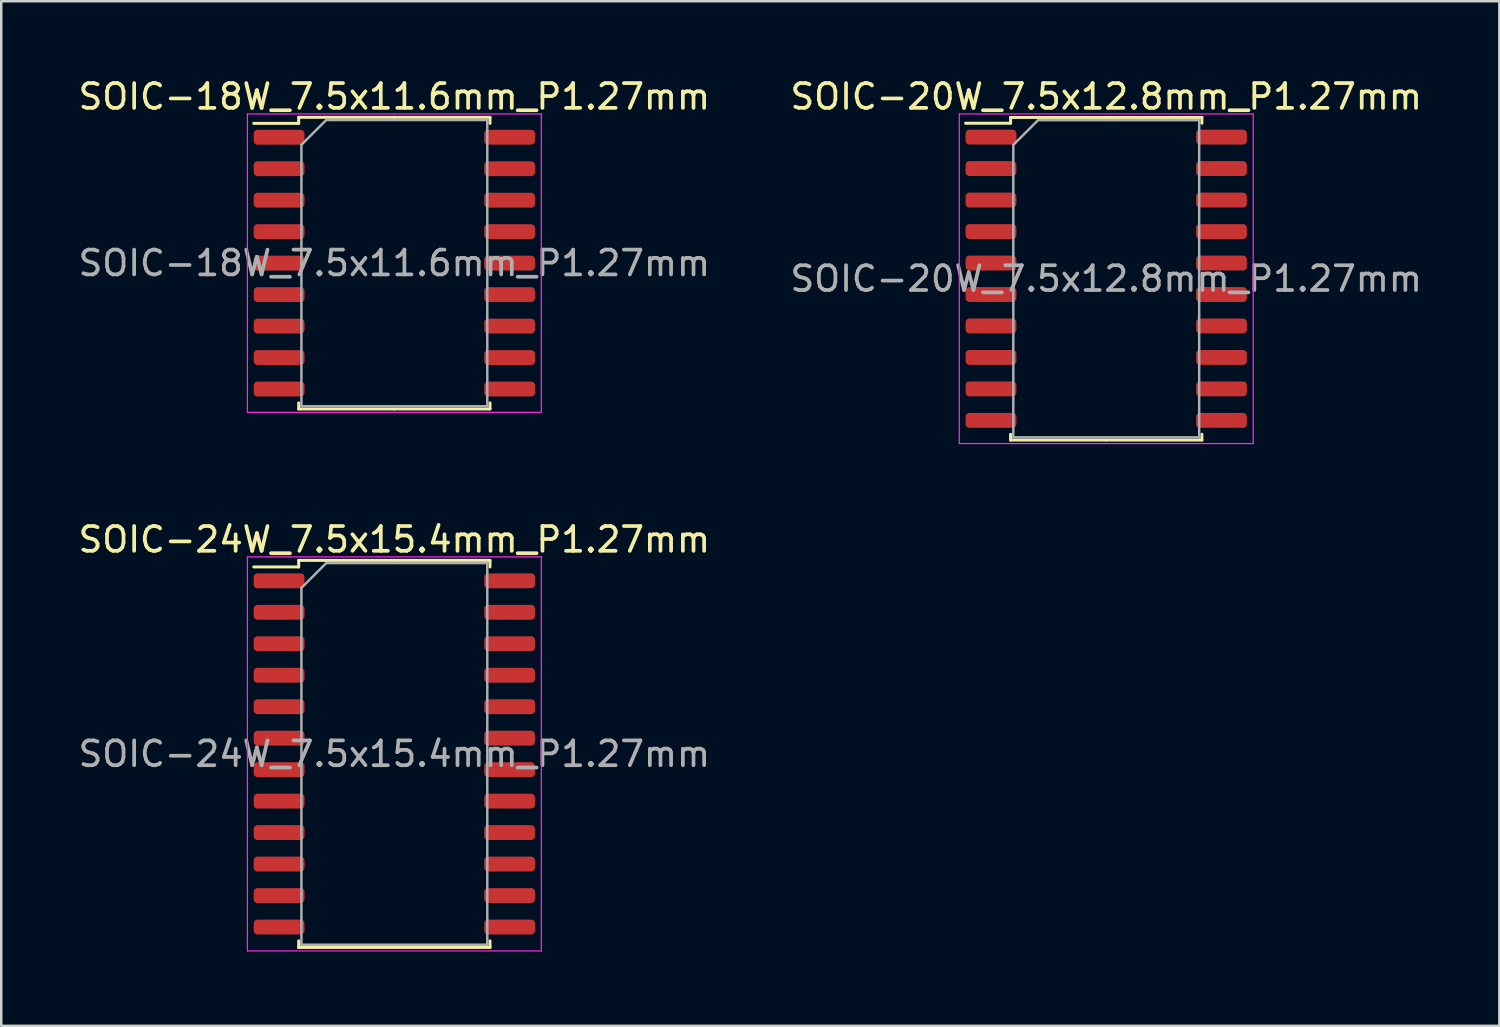
<source format=kicad_pcb>
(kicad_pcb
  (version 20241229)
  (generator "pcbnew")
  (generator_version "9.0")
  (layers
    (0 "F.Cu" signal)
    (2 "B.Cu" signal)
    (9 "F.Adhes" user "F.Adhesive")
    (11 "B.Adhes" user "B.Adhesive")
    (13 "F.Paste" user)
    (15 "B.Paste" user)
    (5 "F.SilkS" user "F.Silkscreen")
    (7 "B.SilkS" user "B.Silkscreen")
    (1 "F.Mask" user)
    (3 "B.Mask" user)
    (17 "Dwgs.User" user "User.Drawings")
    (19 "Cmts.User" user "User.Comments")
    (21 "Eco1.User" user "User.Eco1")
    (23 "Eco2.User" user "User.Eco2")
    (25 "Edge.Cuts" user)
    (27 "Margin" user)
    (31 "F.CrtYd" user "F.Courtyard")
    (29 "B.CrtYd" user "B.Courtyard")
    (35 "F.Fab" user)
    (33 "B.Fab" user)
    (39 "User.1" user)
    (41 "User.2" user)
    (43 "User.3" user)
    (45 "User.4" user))
  (footprint "SOIC-20W_7.5x12.8mm_P1.27mm"
    (layer "F.Cu")
    (at 41.589 8.198)
    (property "Reference" "SOIC-20W_7.5x12.8mm_P1.27mm" (at 0 -7.35 0) (layer "F.SilkS") (effects (font (size 1 1) (thickness 0.15))))
    (attr smd)
    (fp_line (start -3.86 -6.51) (end -3.86 -6.275) (stroke (width 0.12) (type solid)) (layer "F.SilkS"))
    (fp_line (start -3.86 -6.275) (end -5.675 -6.275) (stroke (width 0.12) (type solid)) (layer "F.SilkS"))
    (fp_line (start -3.86 6.51) (end -3.86 6.275) (stroke (width 0.12) (type solid)) (layer "F.SilkS"))
    (fp_line (start 0 -6.51) (end -3.86 -6.51) (stroke (width 0.12) (type solid)) (layer "F.SilkS"))
    (fp_line (start 0 -6.51) (end 3.86 -6.51) (stroke (width 0.12) (type solid)) (layer "F.SilkS"))
    (fp_line (start 0 6.51) (end -3.86 6.51) (stroke (width 0.12) (type solid)) (layer "F.SilkS"))
    (fp_line (start 0 6.51) (end 3.86 6.51) (stroke (width 0.12) (type solid)) (layer "F.SilkS"))
    (fp_line (start 3.86 -6.51) (end 3.86 -6.275) (stroke (width 0.12) (type solid)) (layer "F.SilkS"))
    (fp_line (start 3.86 6.51) (end 3.86 6.275) (stroke (width 0.12) (type solid)) (layer "F.SilkS"))
    (fp_line (start -5.93 -6.65) (end -5.93 6.65) (stroke (width 0.05) (type solid)) (layer "F.CrtYd"))
    (fp_line (start -5.93 6.65) (end 5.93 6.65) (stroke (width 0.05) (type solid)) (layer "F.CrtYd"))
    (fp_line (start 5.93 -6.65) (end -5.93 -6.65) (stroke (width 0.05) (type solid)) (layer "F.CrtYd"))
    (fp_line (start 5.93 6.65) (end 5.93 -6.65) (stroke (width 0.05) (type solid)) (layer "F.CrtYd"))
    (fp_line (start -3.75 -5.4) (end -2.75 -6.4) (stroke (width 0.1) (type solid)) (layer "F.Fab"))
    (fp_line (start -3.75 6.4) (end -3.75 -5.4) (stroke (width 0.1) (type solid)) (layer "F.Fab"))
    (fp_line (start -2.75 -6.4) (end 3.75 -6.4) (stroke (width 0.1) (type solid)) (layer "F.Fab"))
    (fp_line (start 3.75 -6.4) (end 3.75 6.4) (stroke (width 0.1) (type solid)) (layer "F.Fab"))
    (fp_line (start 3.75 6.4) (end -3.75 6.4) (stroke (width 0.1) (type solid)) (layer "F.Fab"))
    (fp_text user "${REFERENCE}" (at 0 0 0) (layer "F.Fab") (effects (font (size 1 1) (thickness 0.15))))
    (pad "1" smd roundrect (at -4.65 -5.715) (size 2.05 0.6) (layers "F.Cu" "F.Mask" "F.Paste") (roundrect_rratio 0.25))
    (pad "2" smd roundrect (at -4.65 -4.445) (size 2.05 0.6) (layers "F.Cu" "F.Mask" "F.Paste") (roundrect_rratio 0.25))
    (pad "3" smd roundrect (at -4.65 -3.175) (size 2.05 0.6) (layers "F.Cu" "F.Mask" "F.Paste") (roundrect_rratio 0.25))
    (pad "4" smd roundrect (at -4.65 -1.905) (size 2.05 0.6) (layers "F.Cu" "F.Mask" "F.Paste") (roundrect_rratio 0.25))
    (pad "5" smd roundrect (at -4.65 -0.635) (size 2.05 0.6) (layers "F.Cu" "F.Mask" "F.Paste") (roundrect_rratio 0.25))
    (pad "6" smd roundrect (at -4.65 0.635) (size 2.05 0.6) (layers "F.Cu" "F.Mask" "F.Paste") (roundrect_rratio 0.25))
    (pad "7" smd roundrect (at -4.65 1.905) (size 2.05 0.6) (layers "F.Cu" "F.Mask" "F.Paste") (roundrect_rratio 0.25))
    (pad "8" smd roundrect (at -4.65 3.175) (size 2.05 0.6) (layers "F.Cu" "F.Mask" "F.Paste") (roundrect_rratio 0.25))
    (pad "9" smd roundrect (at -4.65 4.445) (size 2.05 0.6) (layers "F.Cu" "F.Mask" "F.Paste") (roundrect_rratio 0.25))
    (pad "10" smd roundrect (at -4.65 5.715) (size 2.05 0.6) (layers "F.Cu" "F.Mask" "F.Paste") (roundrect_rratio 0.25))
    (pad "11" smd roundrect (at 4.65 5.715) (size 2.05 0.6) (layers "F.Cu" "F.Mask" "F.Paste") (roundrect_rratio 0.25))
    (pad "12" smd roundrect (at 4.65 4.445) (size 2.05 0.6) (layers "F.Cu" "F.Mask" "F.Paste") (roundrect_rratio 0.25))
    (pad "13" smd roundrect (at 4.65 3.175) (size 2.05 0.6) (layers "F.Cu" "F.Mask" "F.Paste") (roundrect_rratio 0.25))
    (pad "14" smd roundrect (at 4.65 1.905) (size 2.05 0.6) (layers "F.Cu" "F.Mask" "F.Paste") (roundrect_rratio 0.25))
    (pad "15" smd roundrect (at 4.65 0.635) (size 2.05 0.6) (layers "F.Cu" "F.Mask" "F.Paste") (roundrect_rratio 0.25))
    (pad "16" smd roundrect (at 4.65 -0.635) (size 2.05 0.6) (layers "F.Cu" "F.Mask" "F.Paste") (roundrect_rratio 0.25))
    (pad "17" smd roundrect (at 4.65 -1.905) (size 2.05 0.6) (layers "F.Cu" "F.Mask" "F.Paste") (roundrect_rratio 0.25))
    (pad "18" smd roundrect (at 4.65 -3.175) (size 2.05 0.6) (layers "F.Cu" "F.Mask" "F.Paste") (roundrect_rratio 0.25))
    (pad "19" smd roundrect (at 4.65 -4.445) (size 2.05 0.6) (layers "F.Cu" "F.Mask" "F.Paste") (roundrect_rratio 0.25))
    (pad "20" smd roundrect (at 4.65 -5.715) (size 2.05 0.6) (layers "F.Cu" "F.Mask" "F.Paste") (roundrect_rratio 0.25)))
  (footprint "SOIC-24W_7.5x15.4mm_P1.27mm"
    (layer "F.Cu")
    (at 12.863 27.372)
    (property "Reference" "SOIC-24W_7.5x15.4mm_P1.27mm" (at 0 -8.65 0) (layer "F.SilkS") (effects (font (size 1 1) (thickness 0.15))))
    (attr smd)
    (fp_line (start -3.86 -7.81) (end -3.86 -7.545) (stroke (width 0.12) (type solid)) (layer "F.SilkS"))
    (fp_line (start -3.86 -7.545) (end -5.675 -7.545) (stroke (width 0.12) (type solid)) (layer "F.SilkS"))
    (fp_line (start -3.86 7.81) (end -3.86 7.545) (stroke (width 0.12) (type solid)) (layer "F.SilkS"))
    (fp_line (start 0 -7.81) (end -3.86 -7.81) (stroke (width 0.12) (type solid)) (layer "F.SilkS"))
    (fp_line (start 0 -7.81) (end 3.86 -7.81) (stroke (width 0.12) (type solid)) (layer "F.SilkS"))
    (fp_line (start 0 7.81) (end -3.86 7.81) (stroke (width 0.12) (type solid)) (layer "F.SilkS"))
    (fp_line (start 0 7.81) (end 3.86 7.81) (stroke (width 0.12) (type solid)) (layer "F.SilkS"))
    (fp_line (start 3.86 -7.81) (end 3.86 -7.545) (stroke (width 0.12) (type solid)) (layer "F.SilkS"))
    (fp_line (start 3.86 7.81) (end 3.86 7.545) (stroke (width 0.12) (type solid)) (layer "F.SilkS"))
    (fp_line (start -5.93 -7.95) (end -5.93 7.95) (stroke (width 0.05) (type solid)) (layer "F.CrtYd"))
    (fp_line (start -5.93 7.95) (end 5.93 7.95) (stroke (width 0.05) (type solid)) (layer "F.CrtYd"))
    (fp_line (start 5.93 -7.95) (end -5.93 -7.95) (stroke (width 0.05) (type solid)) (layer "F.CrtYd"))
    (fp_line (start 5.93 7.95) (end 5.93 -7.95) (stroke (width 0.05) (type solid)) (layer "F.CrtYd"))
    (fp_line (start -3.75 -6.7) (end -2.75 -7.7) (stroke (width 0.1) (type solid)) (layer "F.Fab"))
    (fp_line (start -3.75 7.7) (end -3.75 -6.7) (stroke (width 0.1) (type solid)) (layer "F.Fab"))
    (fp_line (start -2.75 -7.7) (end 3.75 -7.7) (stroke (width 0.1) (type solid)) (layer "F.Fab"))
    (fp_line (start 3.75 -7.7) (end 3.75 7.7) (stroke (width 0.1) (type solid)) (layer "F.Fab"))
    (fp_line (start 3.75 7.7) (end -3.75 7.7) (stroke (width 0.1) (type solid)) (layer "F.Fab"))
    (fp_text user "${REFERENCE}" (at 0 0 0) (layer "F.Fab") (effects (font (size 1 1) (thickness 0.15))))
    (pad "1" smd roundrect (at -4.65 -6.985) (size 2.05 0.6) (layers "F.Cu" "F.Mask" "F.Paste") (roundrect_rratio 0.25))
    (pad "2" smd roundrect (at -4.65 -5.715) (size 2.05 0.6) (layers "F.Cu" "F.Mask" "F.Paste") (roundrect_rratio 0.25))
    (pad "3" smd roundrect (at -4.65 -4.445) (size 2.05 0.6) (layers "F.Cu" "F.Mask" "F.Paste") (roundrect_rratio 0.25))
    (pad "4" smd roundrect (at -4.65 -3.175) (size 2.05 0.6) (layers "F.Cu" "F.Mask" "F.Paste") (roundrect_rratio 0.25))
    (pad "5" smd roundrect (at -4.65 -1.905) (size 2.05 0.6) (layers "F.Cu" "F.Mask" "F.Paste") (roundrect_rratio 0.25))
    (pad "6" smd roundrect (at -4.65 -0.635) (size 2.05 0.6) (layers "F.Cu" "F.Mask" "F.Paste") (roundrect_rratio 0.25))
    (pad "7" smd roundrect (at -4.65 0.635) (size 2.05 0.6) (layers "F.Cu" "F.Mask" "F.Paste") (roundrect_rratio 0.25))
    (pad "8" smd roundrect (at -4.65 1.905) (size 2.05 0.6) (layers "F.Cu" "F.Mask" "F.Paste") (roundrect_rratio 0.25))
    (pad "9" smd roundrect (at -4.65 3.175) (size 2.05 0.6) (layers "F.Cu" "F.Mask" "F.Paste") (roundrect_rratio 0.25))
    (pad "10" smd roundrect (at -4.65 4.445) (size 2.05 0.6) (layers "F.Cu" "F.Mask" "F.Paste") (roundrect_rratio 0.25))
    (pad "11" smd roundrect (at -4.65 5.715) (size 2.05 0.6) (layers "F.Cu" "F.Mask" "F.Paste") (roundrect_rratio 0.25))
    (pad "12" smd roundrect (at -4.65 6.985) (size 2.05 0.6) (layers "F.Cu" "F.Mask" "F.Paste") (roundrect_rratio 0.25))
    (pad "13" smd roundrect (at 4.65 6.985) (size 2.05 0.6) (layers "F.Cu" "F.Mask" "F.Paste") (roundrect_rratio 0.25))
    (pad "14" smd roundrect (at 4.65 5.715) (size 2.05 0.6) (layers "F.Cu" "F.Mask" "F.Paste") (roundrect_rratio 0.25))
    (pad "15" smd roundrect (at 4.65 4.445) (size 2.05 0.6) (layers "F.Cu" "F.Mask" "F.Paste") (roundrect_rratio 0.25))
    (pad "16" smd roundrect (at 4.65 3.175) (size 2.05 0.6) (layers "F.Cu" "F.Mask" "F.Paste") (roundrect_rratio 0.25))
    (pad "17" smd roundrect (at 4.65 1.905) (size 2.05 0.6) (layers "F.Cu" "F.Mask" "F.Paste") (roundrect_rratio 0.25))
    (pad "18" smd roundrect (at 4.65 0.635) (size 2.05 0.6) (layers "F.Cu" "F.Mask" "F.Paste") (roundrect_rratio 0.25))
    (pad "19" smd roundrect (at 4.65 -0.635) (size 2.05 0.6) (layers "F.Cu" "F.Mask" "F.Paste") (roundrect_rratio 0.25))
    (pad "20" smd roundrect (at 4.65 -1.905) (size 2.05 0.6) (layers "F.Cu" "F.Mask" "F.Paste") (roundrect_rratio 0.25))
    (pad "21" smd roundrect (at 4.65 -3.175) (size 2.05 0.6) (layers "F.Cu" "F.Mask" "F.Paste") (roundrect_rratio 0.25))
    (pad "22" smd roundrect (at 4.65 -4.445) (size 2.05 0.6) (layers "F.Cu" "F.Mask" "F.Paste") (roundrect_rratio 0.25))
    (pad "23" smd roundrect (at 4.65 -5.715) (size 2.05 0.6) (layers "F.Cu" "F.Mask" "F.Paste") (roundrect_rratio 0.25))
    (pad "24" smd roundrect (at 4.65 -6.985) (size 2.05 0.6) (layers "F.Cu" "F.Mask" "F.Paste") (roundrect_rratio 0.25)))
  (footprint "SOIC-18W_7.5x11.6mm_P1.27mm"
    (layer "F.Cu")
    (at 12.863 7.568)
    (property "Reference" "SOIC-18W_7.5x11.6mm_P1.27mm" (at 0 -6.72 0) (layer "F.SilkS") (effects (font (size 1 1) (thickness 0.15))))
    (attr smd)
    (fp_line (start -3.86 -5.885) (end -3.86 -5.64) (stroke (width 0.12) (type solid)) (layer "F.SilkS"))
    (fp_line (start -3.86 -5.64) (end -5.675 -5.64) (stroke (width 0.12) (type solid)) (layer "F.SilkS"))
    (fp_line (start -3.86 5.885) (end -3.86 5.64) (stroke (width 0.12) (type solid)) (layer "F.SilkS"))
    (fp_line (start 0 -5.885) (end -3.86 -5.885) (stroke (width 0.12) (type solid)) (layer "F.SilkS"))
    (fp_line (start 0 -5.885) (end 3.86 -5.885) (stroke (width 0.12) (type solid)) (layer "F.SilkS"))
    (fp_line (start 0 5.885) (end -3.86 5.885) (stroke (width 0.12) (type solid)) (layer "F.SilkS"))
    (fp_line (start 0 5.885) (end 3.86 5.885) (stroke (width 0.12) (type solid)) (layer "F.SilkS"))
    (fp_line (start 3.86 -5.885) (end 3.86 -5.64) (stroke (width 0.12) (type solid)) (layer "F.SilkS"))
    (fp_line (start 3.86 5.885) (end 3.86 5.64) (stroke (width 0.12) (type solid)) (layer "F.SilkS"))
    (fp_line (start -5.93 -6.02) (end -5.93 6.02) (stroke (width 0.05) (type solid)) (layer "F.CrtYd"))
    (fp_line (start -5.93 6.02) (end 5.93 6.02) (stroke (width 0.05) (type solid)) (layer "F.CrtYd"))
    (fp_line (start 5.93 -6.02) (end -5.93 -6.02) (stroke (width 0.05) (type solid)) (layer "F.CrtYd"))
    (fp_line (start 5.93 6.02) (end 5.93 -6.02) (stroke (width 0.05) (type solid)) (layer "F.CrtYd"))
    (fp_line (start -3.75 -4.775) (end -2.75 -5.775) (stroke (width 0.1) (type solid)) (layer "F.Fab"))
    (fp_line (start -3.75 5.775) (end -3.75 -4.775) (stroke (width 0.1) (type solid)) (layer "F.Fab"))
    (fp_line (start -2.75 -5.775) (end 3.75 -5.775) (stroke (width 0.1) (type solid)) (layer "F.Fab"))
    (fp_line (start 3.75 -5.775) (end 3.75 5.775) (stroke (width 0.1) (type solid)) (layer "F.Fab"))
    (fp_line (start 3.75 5.775) (end -3.75 5.775) (stroke (width 0.1) (type solid)) (layer "F.Fab"))
    (fp_text user "${REFERENCE}" (at 0 0 0) (layer "F.Fab") (effects (font (size 1 1) (thickness 0.15))))
    (pad "1" smd roundrect (at -4.65 -5.08) (size 2.05 0.6) (layers "F.Cu" "F.Mask" "F.Paste") (roundrect_rratio 0.25))
    (pad "2" smd roundrect (at -4.65 -3.81) (size 2.05 0.6) (layers "F.Cu" "F.Mask" "F.Paste") (roundrect_rratio 0.25))
    (pad "3" smd roundrect (at -4.65 -2.54) (size 2.05 0.6) (layers "F.Cu" "F.Mask" "F.Paste") (roundrect_rratio 0.25))
    (pad "4" smd roundrect (at -4.65 -1.27) (size 2.05 0.6) (layers "F.Cu" "F.Mask" "F.Paste") (roundrect_rratio 0.25))
    (pad "5" smd roundrect (at -4.65 0) (size 2.05 0.6) (layers "F.Cu" "F.Mask" "F.Paste") (roundrect_rratio 0.25))
    (pad "6" smd roundrect (at -4.65 1.27) (size 2.05 0.6) (layers "F.Cu" "F.Mask" "F.Paste") (roundrect_rratio 0.25))
    (pad "7" smd roundrect (at -4.65 2.54) (size 2.05 0.6) (layers "F.Cu" "F.Mask" "F.Paste") (roundrect_rratio 0.25))
    (pad "8" smd roundrect (at -4.65 3.81) (size 2.05 0.6) (layers "F.Cu" "F.Mask" "F.Paste") (roundrect_rratio 0.25))
    (pad "9" smd roundrect (at -4.65 5.08) (size 2.05 0.6) (layers "F.Cu" "F.Mask" "F.Paste") (roundrect_rratio 0.25))
    (pad "10" smd roundrect (at 4.65 5.08) (size 2.05 0.6) (layers "F.Cu" "F.Mask" "F.Paste") (roundrect_rratio 0.25))
    (pad "11" smd roundrect (at 4.65 3.81) (size 2.05 0.6) (layers "F.Cu" "F.Mask" "F.Paste") (roundrect_rratio 0.25))
    (pad "12" smd roundrect (at 4.65 2.54) (size 2.05 0.6) (layers "F.Cu" "F.Mask" "F.Paste") (roundrect_rratio 0.25))
    (pad "13" smd roundrect (at 4.65 1.27) (size 2.05 0.6) (layers "F.Cu" "F.Mask" "F.Paste") (roundrect_rratio 0.25))
    (pad "14" smd roundrect (at 4.65 0) (size 2.05 0.6) (layers "F.Cu" "F.Mask" "F.Paste") (roundrect_rratio 0.25))
    (pad "15" smd roundrect (at 4.65 -1.27) (size 2.05 0.6) (layers "F.Cu" "F.Mask" "F.Paste") (roundrect_rratio 0.25))
    (pad "16" smd roundrect (at 4.65 -2.54) (size 2.05 0.6) (layers "F.Cu" "F.Mask" "F.Paste") (roundrect_rratio 0.25))
    (pad "17" smd roundrect (at 4.65 -3.81) (size 2.05 0.6) (layers "F.Cu" "F.Mask" "F.Paste") (roundrect_rratio 0.25))
    (pad "18" smd roundrect (at 4.65 -5.08) (size 2.05 0.6) (layers "F.Cu" "F.Mask" "F.Paste") (roundrect_rratio 0.25)))
  (gr_rect
    (start -3 -3)
    (end 57.452 38.346)
    (stroke (width 0.1) (type default))
    (fill no)
    (layer "Edge.Cuts")))
</source>
